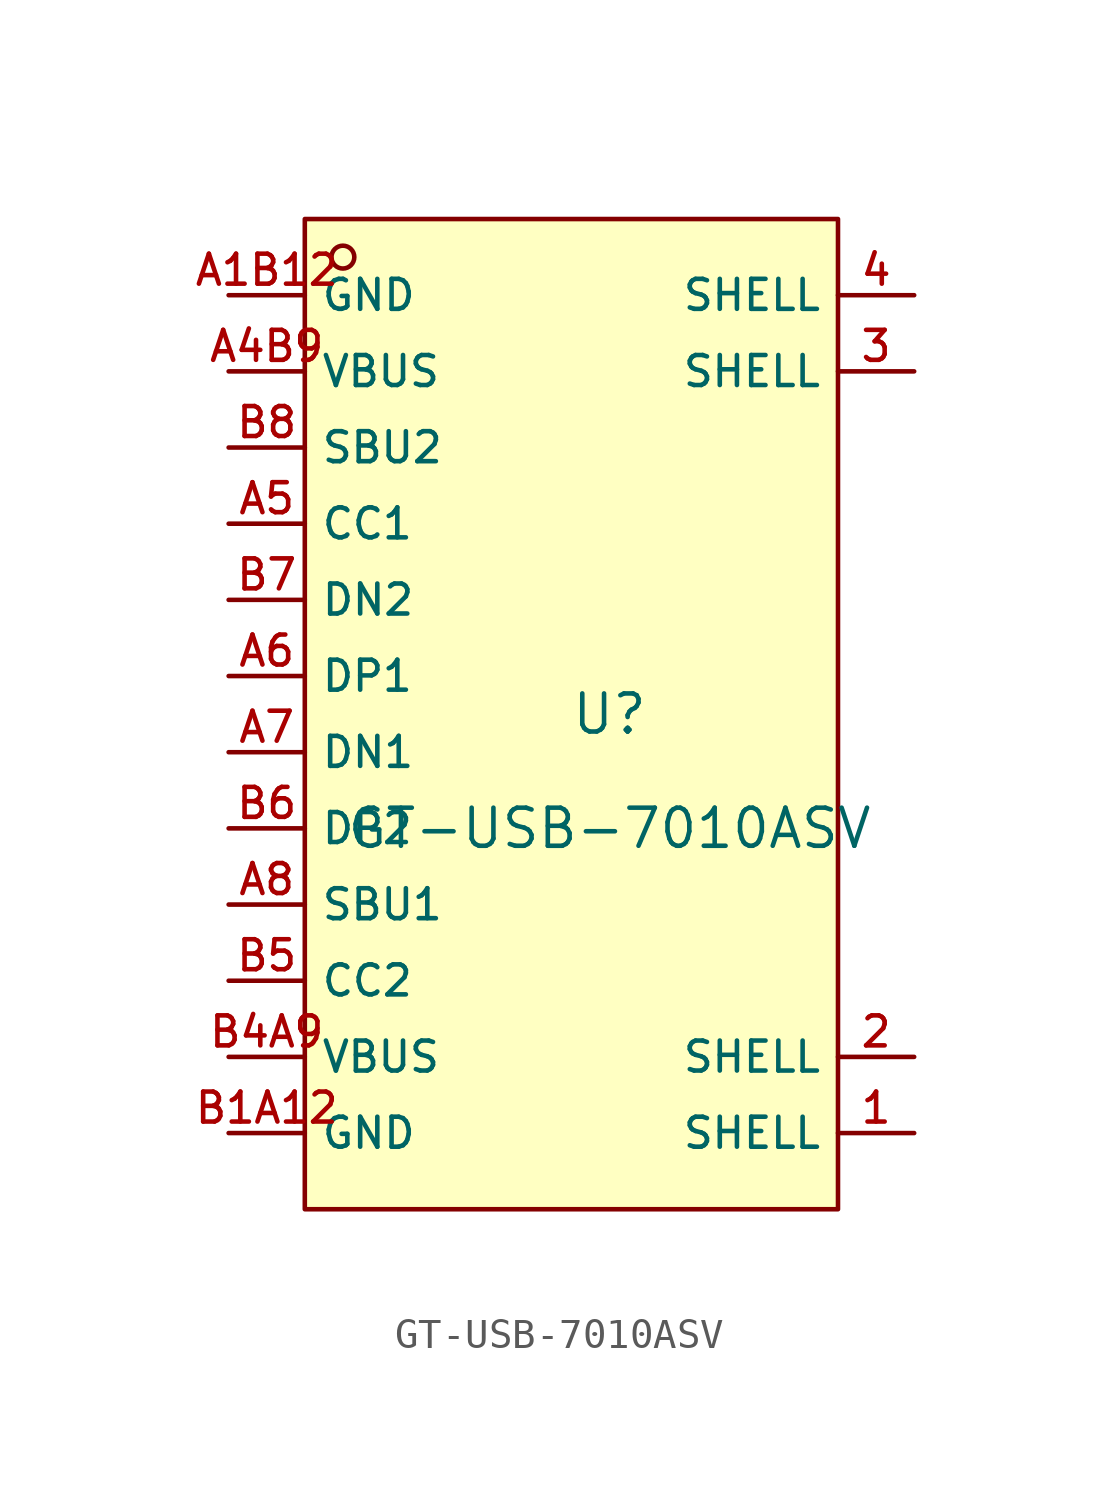
<source format=kicad_sym>
(kicad_symbol_lib
  (version 20220914)
  (generator kicad_symbol_editor)
  (symbol "GT-USB-7010ASV"
    (property "Reference" "U"
      (at 0 1.27 0)
      (effects (font (size 1.27 1.27))))
    (property "Value" "GT-USB-7010ASV"
      (at 0 -2.54 0)
      (effects (font (size 1.27 1.27))))
    (symbol "GT-USB-7010ASV_0_1"
      (rectangle (start -10.16 17.78) (end 7.62 -15.24) (stroke (width 0) (type default)) (fill (type background)))
      (circle (center -8.89 16.51) (radius 0.381) (stroke (width 0) (type default)) (fill (type background)))
      (pin passive line (at 10.16 -12.7 180) (length 2.54) (name "SHELL" (effects (font (size 1 1)))) (number "1" (effects (font (size 1 1)))))
      (pin passive line (at 10.16 -10.16 180) (length 2.54) (name "SHELL" (effects (font (size 1 1)))) (number "2" (effects (font (size 1 1)))))
      (pin passive line (at 10.16 12.7 180) (length 2.54) (name "SHELL" (effects (font (size 1 1)))) (number "3" (effects (font (size 1 1)))))
      (pin passive line (at 10.16 15.24 180) (length 2.54) (name "SHELL" (effects (font (size 1 1)))) (number "4" (effects (font (size 1 1)))))
      (pin passive line (at -12.7 15.24 0) (length 2.54) (name "GND" (effects (font (size 1 1)))) (number "A1B12" (effects (font (size 1 1)))))
      (pin passive line (at -12.7 12.7 0) (length 2.54) (name "VBUS" (effects (font (size 1 1)))) (number "A4B9" (effects (font (size 1 1)))))
      (pin passive line (at -12.7 7.62 0) (length 2.54) (name "CC1" (effects (font (size 1 1)))) (number "A5" (effects (font (size 1 1)))))
      (pin bidirectional line (at -12.7 2.54 0) (length 2.54) (name "DP1" (effects (font (size 1 1)))) (number "A6" (effects (font (size 1 1)))))
      (pin bidirectional line (at -12.7 0 0) (length 2.54) (name "DN1" (effects (font (size 1 1)))) (number "A7" (effects (font (size 1 1)))))
      (pin passive line (at -12.7 -5.08 0) (length 2.54) (name "SBU1" (effects (font (size 1 1)))) (number "A8" (effects (font (size 1 1)))))
      (pin passive line (at -12.7 -12.7 0) (length 2.54) (name "GND" (effects (font (size 1 1)))) (number "B1A12" (effects (font (size 1 1)))))
      (pin power_out line (at -12.7 -10.16 0) (length 2.54) (name "VBUS" (effects (font (size 1 1)))) (number "B4A9" (effects (font (size 1 1)))))
      (pin passive line (at -12.7 -7.62 0) (length 2.54) (name "CC2" (effects (font (size 1 1)))) (number "B5" (effects (font (size 1 1)))))
      (pin bidirectional line (at -12.7 -2.54 0) (length 2.54) (name "DP2" (effects (font (size 1 1)))) (number "B6" (effects (font (size 1 1)))))
      (pin bidirectional line (at -12.7 5.08 0) (length 2.54) (name "DN2" (effects (font (size 1 1)))) (number "B7" (effects (font (size 1 1)))))
      (pin passive line (at -12.7 10.16 0) (length 2.54) (name "SBU2" (effects (font (size 1 1)))) (number "B8" (effects (font (size 1 1))))))))
</source>
